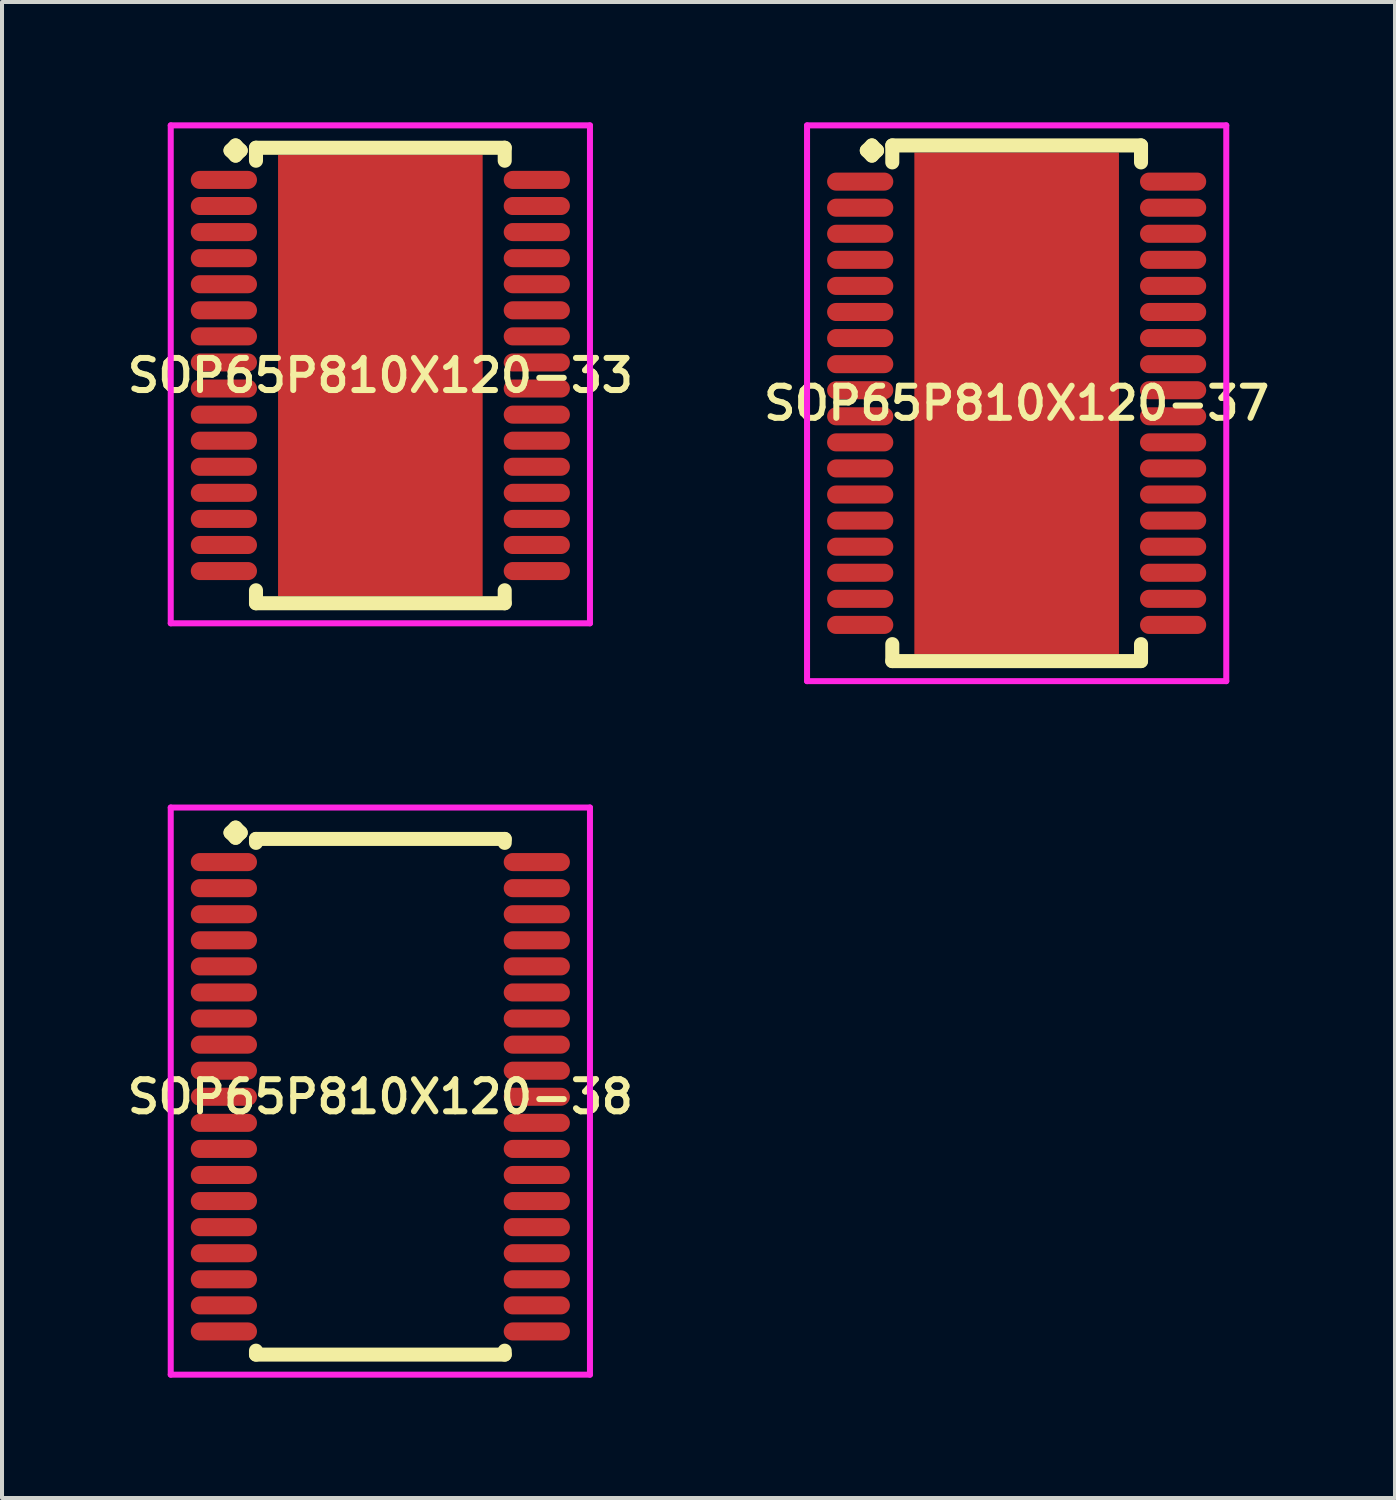
<source format=kicad_pcb>
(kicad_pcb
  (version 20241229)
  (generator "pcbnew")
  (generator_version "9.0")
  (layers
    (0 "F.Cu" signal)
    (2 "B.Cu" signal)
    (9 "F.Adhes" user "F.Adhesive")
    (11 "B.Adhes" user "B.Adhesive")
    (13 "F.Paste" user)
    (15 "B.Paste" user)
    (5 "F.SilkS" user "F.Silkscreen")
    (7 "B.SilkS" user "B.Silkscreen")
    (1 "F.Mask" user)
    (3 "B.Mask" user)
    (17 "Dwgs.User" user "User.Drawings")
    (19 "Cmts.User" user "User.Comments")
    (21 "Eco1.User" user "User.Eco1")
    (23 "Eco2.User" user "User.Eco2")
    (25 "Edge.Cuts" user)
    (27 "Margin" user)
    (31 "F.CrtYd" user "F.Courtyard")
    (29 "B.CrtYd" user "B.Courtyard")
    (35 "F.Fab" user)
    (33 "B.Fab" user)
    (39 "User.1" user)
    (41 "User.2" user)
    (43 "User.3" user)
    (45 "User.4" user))
  (footprint "SOP65P810X120-38"
    (layer "F.Cu")
    (at 6.431 24.289)
    (property "Reference" "SOP65P810X120-38" (at 0 0 0) (layer "F.SilkS") (effects (font (size 0.8 0.8) (thickness 0.15))))
    (attr smd)
    (fp_line (start -3.735 -6.583) (end -3.608 -6.71) (stroke (width 0.35) (type solid)) (layer "F.SilkS"))
    (fp_line (start -3.608 -6.71) (end -3.481 -6.583) (stroke (width 0.35) (type solid)) (layer "F.SilkS"))
    (fp_line (start -3.608 -6.456) (end -3.735 -6.583) (stroke (width 0.35) (type solid)) (layer "F.SilkS"))
    (fp_line (start -3.481 -6.583) (end -3.608 -6.456) (stroke (width 0.35) (type solid)) (layer "F.SilkS"))
    (fp_line (start -3.1 -6.427) (end 3.1 -6.427) (stroke (width 0.35) (type solid)) (layer "F.SilkS"))
    (fp_line (start -3.1 -6.329) (end -3.1 -6.427) (stroke (width 0.35) (type solid)) (layer "F.SilkS"))
    (fp_line (start -3.1 6.329) (end -3.1 6.427) (stroke (width 0.35) (type solid)) (layer "F.SilkS"))
    (fp_line (start -3.1 6.427) (end 3.1 6.427) (stroke (width 0.35) (type solid)) (layer "F.SilkS"))
    (fp_line (start 3.1 -6.427) (end 3.1 -6.329) (stroke (width 0.35) (type solid)) (layer "F.SilkS"))
    (fp_line (start 3.1 6.427) (end 3.1 6.329) (stroke (width 0.35) (type solid)) (layer "F.SilkS"))
    (fp_line (start -5.225 -7.21) (end 5.225 -7.21) (stroke (width 0.15) (type solid)) (layer "F.CrtYd"))
    (fp_line (start -5.225 6.927) (end -5.225 -7.21) (stroke (width 0.15) (type solid)) (layer "F.CrtYd"))
    (fp_line (start 5.225 -7.21) (end 5.225 6.927) (stroke (width 0.15) (type solid)) (layer "F.CrtYd"))
    (fp_line (start 5.225 6.927) (end -5.225 6.927) (stroke (width 0.15) (type solid)) (layer "F.CrtYd"))
    (pad "1" smd oval (at -3.9 -5.85) (size 1.65 0.45) (layers "F.Cu" "F.Mask" "F.Paste"))
    (pad "2" smd oval (at -3.9 -5.2) (size 1.65 0.45) (layers "F.Cu" "F.Mask" "F.Paste"))
    (pad "3" smd oval (at -3.9 -4.55) (size 1.65 0.45) (layers "F.Cu" "F.Mask" "F.Paste"))
    (pad "4" smd oval (at -3.9 -3.9) (size 1.65 0.45) (layers "F.Cu" "F.Mask" "F.Paste"))
    (pad "5" smd oval (at -3.9 -3.25) (size 1.65 0.45) (layers "F.Cu" "F.Mask" "F.Paste"))
    (pad "6" smd oval (at -3.9 -2.6) (size 1.65 0.45) (layers "F.Cu" "F.Mask" "F.Paste"))
    (pad "7" smd oval (at -3.9 -1.95) (size 1.65 0.45) (layers "F.Cu" "F.Mask" "F.Paste"))
    (pad "8" smd oval (at -3.9 -1.3) (size 1.65 0.45) (layers "F.Cu" "F.Mask" "F.Paste"))
    (pad "9" smd oval (at -3.9 -0.65) (size 1.65 0.45) (layers "F.Cu" "F.Mask" "F.Paste"))
    (pad "10" smd oval (at -3.9 0) (size 1.65 0.45) (layers "F.Cu" "F.Mask" "F.Paste"))
    (pad "11" smd oval (at -3.9 0.65) (size 1.65 0.45) (layers "F.Cu" "F.Mask" "F.Paste"))
    (pad "12" smd oval (at -3.9 1.3) (size 1.65 0.45) (layers "F.Cu" "F.Mask" "F.Paste"))
    (pad "13" smd oval (at -3.9 1.95) (size 1.65 0.45) (layers "F.Cu" "F.Mask" "F.Paste"))
    (pad "14" smd oval (at -3.9 2.6) (size 1.65 0.45) (layers "F.Cu" "F.Mask" "F.Paste"))
    (pad "15" smd oval (at -3.9 3.25) (size 1.65 0.45) (layers "F.Cu" "F.Mask" "F.Paste"))
    (pad "16" smd oval (at -3.9 3.9) (size 1.65 0.45) (layers "F.Cu" "F.Mask" "F.Paste"))
    (pad "17" smd oval (at -3.9 4.55) (size 1.65 0.45) (layers "F.Cu" "F.Mask" "F.Paste"))
    (pad "18" smd oval (at -3.9 5.2) (size 1.65 0.45) (layers "F.Cu" "F.Mask" "F.Paste"))
    (pad "19" smd oval (at -3.9 5.85) (size 1.65 0.45) (layers "F.Cu" "F.Mask" "F.Paste"))
    (pad "20" smd oval (at 3.9 5.85) (size 1.65 0.45) (layers "F.Cu" "F.Mask" "F.Paste"))
    (pad "21" smd oval (at 3.9 5.2) (size 1.65 0.45) (layers "F.Cu" "F.Mask" "F.Paste"))
    (pad "22" smd oval (at 3.9 4.55) (size 1.65 0.45) (layers "F.Cu" "F.Mask" "F.Paste"))
    (pad "23" smd oval (at 3.9 3.9) (size 1.65 0.45) (layers "F.Cu" "F.Mask" "F.Paste"))
    (pad "24" smd oval (at 3.9 3.25) (size 1.65 0.45) (layers "F.Cu" "F.Mask" "F.Paste"))
    (pad "25" smd oval (at 3.9 2.6) (size 1.65 0.45) (layers "F.Cu" "F.Mask" "F.Paste"))
    (pad "26" smd oval (at 3.9 1.95) (size 1.65 0.45) (layers "F.Cu" "F.Mask" "F.Paste"))
    (pad "27" smd oval (at 3.9 1.3) (size 1.65 0.45) (layers "F.Cu" "F.Mask" "F.Paste"))
    (pad "28" smd oval (at 3.9 0.65) (size 1.65 0.45) (layers "F.Cu" "F.Mask" "F.Paste"))
    (pad "29" smd oval (at 3.9 0) (size 1.65 0.45) (layers "F.Cu" "F.Mask" "F.Paste"))
    (pad "30" smd oval (at 3.9 -0.65) (size 1.65 0.45) (layers "F.Cu" "F.Mask" "F.Paste"))
    (pad "31" smd oval (at 3.9 -1.3) (size 1.65 0.45) (layers "F.Cu" "F.Mask" "F.Paste"))
    (pad "32" smd oval (at 3.9 -1.95) (size 1.65 0.45) (layers "F.Cu" "F.Mask" "F.Paste"))
    (pad "33" smd oval (at 3.9 -2.6) (size 1.65 0.45) (layers "F.Cu" "F.Mask" "F.Paste"))
    (pad "34" smd oval (at 3.9 -3.25) (size 1.65 0.45) (layers "F.Cu" "F.Mask" "F.Paste"))
    (pad "35" smd oval (at 3.9 -3.9) (size 1.65 0.45) (layers "F.Cu" "F.Mask" "F.Paste"))
    (pad "36" smd oval (at 3.9 -4.55) (size 1.65 0.45) (layers "F.Cu" "F.Mask" "F.Paste"))
    (pad "37" smd oval (at 3.9 -5.2) (size 1.65 0.45) (layers "F.Cu" "F.Mask" "F.Paste"))
    (pad "38" smd oval (at 3.9 -5.85) (size 1.65 0.45) (layers "F.Cu" "F.Mask" "F.Paste")))
  (footprint "SOP65P810X120-33"
    (layer "F.Cu")
    (at 6.431 6.31)
    (property "Reference" "SOP65P810X120-33" (at 0 0 0) (layer "F.SilkS") (effects (font (size 0.8 0.8) (thickness 0.15))))
    (attr smd)
    (fp_line (start -3.735 -5.608) (end -3.608 -5.735) (stroke (width 0.35) (type solid)) (layer "F.SilkS"))
    (fp_line (start -3.608 -5.735) (end -3.481 -5.608) (stroke (width 0.35) (type solid)) (layer "F.SilkS"))
    (fp_line (start -3.608 -5.481) (end -3.735 -5.608) (stroke (width 0.35) (type solid)) (layer "F.SilkS"))
    (fp_line (start -3.481 -5.608) (end -3.608 -5.481) (stroke (width 0.35) (type solid)) (layer "F.SilkS"))
    (fp_line (start -3.1 -5.677) (end 3.1 -5.677) (stroke (width 0.35) (type solid)) (layer "F.SilkS"))
    (fp_line (start -3.1 -5.354) (end -3.1 -5.677) (stroke (width 0.35) (type solid)) (layer "F.SilkS"))
    (fp_line (start -3.1 5.354) (end -3.1 5.677) (stroke (width 0.35) (type solid)) (layer "F.SilkS"))
    (fp_line (start -3.1 5.677) (end 3.1 5.677) (stroke (width 0.35) (type solid)) (layer "F.SilkS"))
    (fp_line (start 3.1 -5.677) (end 3.1 -5.354) (stroke (width 0.35) (type solid)) (layer "F.SilkS"))
    (fp_line (start 3.1 5.677) (end 3.1 5.354) (stroke (width 0.35) (type solid)) (layer "F.SilkS"))
    (fp_line (start -5.225 -6.235) (end 5.225 -6.235) (stroke (width 0.15) (type solid)) (layer "F.CrtYd"))
    (fp_line (start -5.225 6.177) (end -5.225 -6.235) (stroke (width 0.15) (type solid)) (layer "F.CrtYd"))
    (fp_line (start 5.225 -6.235) (end 5.225 6.177) (stroke (width 0.15) (type solid)) (layer "F.CrtYd"))
    (fp_line (start 5.225 6.177) (end -5.225 6.177) (stroke (width 0.15) (type solid)) (layer "F.CrtYd"))
    (pad "1" smd oval (at -3.9 -4.875) (size 1.65 0.45) (layers "F.Cu" "F.Mask" "F.Paste"))
    (pad "2" smd oval (at -3.9 -4.225) (size 1.65 0.45) (layers "F.Cu" "F.Mask" "F.Paste"))
    (pad "3" smd oval (at -3.9 -3.575) (size 1.65 0.45) (layers "F.Cu" "F.Mask" "F.Paste"))
    (pad "4" smd oval (at -3.9 -2.925) (size 1.65 0.45) (layers "F.Cu" "F.Mask" "F.Paste"))
    (pad "5" smd oval (at -3.9 -2.275) (size 1.65 0.45) (layers "F.Cu" "F.Mask" "F.Paste"))
    (pad "6" smd oval (at -3.9 -1.625) (size 1.65 0.45) (layers "F.Cu" "F.Mask" "F.Paste"))
    (pad "7" smd oval (at -3.9 -0.975) (size 1.65 0.45) (layers "F.Cu" "F.Mask" "F.Paste"))
    (pad "8" smd oval (at -3.9 -0.325) (size 1.65 0.45) (layers "F.Cu" "F.Mask" "F.Paste"))
    (pad "9" smd oval (at -3.9 0.325) (size 1.65 0.45) (layers "F.Cu" "F.Mask" "F.Paste"))
    (pad "10" smd oval (at -3.9 0.975) (size 1.65 0.45) (layers "F.Cu" "F.Mask" "F.Paste"))
    (pad "11" smd oval (at -3.9 1.625) (size 1.65 0.45) (layers "F.Cu" "F.Mask" "F.Paste"))
    (pad "12" smd oval (at -3.9 2.275) (size 1.65 0.45) (layers "F.Cu" "F.Mask" "F.Paste"))
    (pad "13" smd oval (at -3.9 2.925) (size 1.65 0.45) (layers "F.Cu" "F.Mask" "F.Paste"))
    (pad "14" smd oval (at -3.9 3.575) (size 1.65 0.45) (layers "F.Cu" "F.Mask" "F.Paste"))
    (pad "15" smd oval (at -3.9 4.225) (size 1.65 0.45) (layers "F.Cu" "F.Mask" "F.Paste"))
    (pad "16" smd oval (at -3.9 4.875) (size 1.65 0.45) (layers "F.Cu" "F.Mask" "F.Paste"))
    (pad "17" smd oval (at 3.9 4.875) (size 1.65 0.45) (layers "F.Cu" "F.Mask" "F.Paste"))
    (pad "18" smd oval (at 3.9 4.225) (size 1.65 0.45) (layers "F.Cu" "F.Mask" "F.Paste"))
    (pad "19" smd oval (at 3.9 3.575) (size 1.65 0.45) (layers "F.Cu" "F.Mask" "F.Paste"))
    (pad "20" smd oval (at 3.9 2.925) (size 1.65 0.45) (layers "F.Cu" "F.Mask" "F.Paste"))
    (pad "21" smd oval (at 3.9 2.275) (size 1.65 0.45) (layers "F.Cu" "F.Mask" "F.Paste"))
    (pad "22" smd oval (at 3.9 1.625) (size 1.65 0.45) (layers "F.Cu" "F.Mask" "F.Paste"))
    (pad "23" smd oval (at 3.9 0.975) (size 1.65 0.45) (layers "F.Cu" "F.Mask" "F.Paste"))
    (pad "24" smd oval (at 3.9 0.325) (size 1.65 0.45) (layers "F.Cu" "F.Mask" "F.Paste"))
    (pad "25" smd oval (at 3.9 -0.325) (size 1.65 0.45) (layers "F.Cu" "F.Mask" "F.Paste"))
    (pad "26" smd oval (at 3.9 -0.975) (size 1.65 0.45) (layers "F.Cu" "F.Mask" "F.Paste"))
    (pad "27" smd oval (at 3.9 -1.625) (size 1.65 0.45) (layers "F.Cu" "F.Mask" "F.Paste"))
    (pad "28" smd oval (at 3.9 -2.275) (size 1.65 0.45) (layers "F.Cu" "F.Mask" "F.Paste"))
    (pad "29" smd oval (at 3.9 -2.925) (size 1.65 0.45) (layers "F.Cu" "F.Mask" "F.Paste"))
    (pad "30" smd oval (at 3.9 -3.575) (size 1.65 0.45) (layers "F.Cu" "F.Mask" "F.Paste"))
    (pad "31" smd oval (at 3.9 -4.225) (size 1.65 0.45) (layers "F.Cu" "F.Mask" "F.Paste"))
    (pad "32" smd oval (at 3.9 -4.875) (size 1.65 0.45) (layers "F.Cu" "F.Mask" "F.Paste"))
    (pad "33" smd rect (at 0 0) (size 5.1 11) (layers "F.Cu" "F.Mask" "F.Paste")))
  (footprint "SOP65P810X120-37"
    (layer "F.Cu")
    (at 22.292 7.002)
    (property "Reference" "SOP65P810X120-37" (at 0 0 0) (layer "F.SilkS") (effects (font (size 0.8 0.8) (thickness 0.15))))
    (attr smd)
    (fp_line (start -3.735 -6.3) (end -3.608 -6.427) (stroke (width 0.35) (type solid)) (layer "F.SilkS"))
    (fp_line (start -3.608 -6.427) (end -3.481 -6.3) (stroke (width 0.35) (type solid)) (layer "F.SilkS"))
    (fp_line (start -3.608 -6.173) (end -3.735 -6.3) (stroke (width 0.35) (type solid)) (layer "F.SilkS"))
    (fp_line (start -3.481 -6.3) (end -3.608 -6.173) (stroke (width 0.35) (type solid)) (layer "F.SilkS"))
    (fp_line (start -3.1 -6.427) (end 3.1 -6.427) (stroke (width 0.35) (type solid)) (layer "F.SilkS"))
    (fp_line (start -3.1 -6.004) (end -3.1 -6.427) (stroke (width 0.35) (type solid)) (layer "F.SilkS"))
    (fp_line (start -3.1 6.004) (end -3.1 6.427) (stroke (width 0.35) (type solid)) (layer "F.SilkS"))
    (fp_line (start -3.1 6.427) (end 3.1 6.427) (stroke (width 0.35) (type solid)) (layer "F.SilkS"))
    (fp_line (start 3.1 -6.427) (end 3.1 -6.004) (stroke (width 0.35) (type solid)) (layer "F.SilkS"))
    (fp_line (start 3.1 6.427) (end 3.1 6.004) (stroke (width 0.35) (type solid)) (layer "F.SilkS"))
    (fp_line (start -5.225 -6.927) (end 5.225 -6.927) (stroke (width 0.15) (type solid)) (layer "F.CrtYd"))
    (fp_line (start -5.225 6.927) (end -5.225 -6.927) (stroke (width 0.15) (type solid)) (layer "F.CrtYd"))
    (fp_line (start 5.225 -6.927) (end 5.225 6.927) (stroke (width 0.15) (type solid)) (layer "F.CrtYd"))
    (fp_line (start 5.225 6.927) (end -5.225 6.927) (stroke (width 0.15) (type solid)) (layer "F.CrtYd"))
    (pad "1" smd oval (at -3.9 -5.525) (size 1.65 0.45) (layers "F.Cu" "F.Mask" "F.Paste"))
    (pad "2" smd oval (at -3.9 -4.875) (size 1.65 0.45) (layers "F.Cu" "F.Mask" "F.Paste"))
    (pad "3" smd oval (at -3.9 -4.225) (size 1.65 0.45) (layers "F.Cu" "F.Mask" "F.Paste"))
    (pad "4" smd oval (at -3.9 -3.575) (size 1.65 0.45) (layers "F.Cu" "F.Mask" "F.Paste"))
    (pad "5" smd oval (at -3.9 -2.925) (size 1.65 0.45) (layers "F.Cu" "F.Mask" "F.Paste"))
    (pad "6" smd oval (at -3.9 -2.275) (size 1.65 0.45) (layers "F.Cu" "F.Mask" "F.Paste"))
    (pad "7" smd oval (at -3.9 -1.625) (size 1.65 0.45) (layers "F.Cu" "F.Mask" "F.Paste"))
    (pad "8" smd oval (at -3.9 -0.975) (size 1.65 0.45) (layers "F.Cu" "F.Mask" "F.Paste"))
    (pad "9" smd oval (at -3.9 -0.325) (size 1.65 0.45) (layers "F.Cu" "F.Mask" "F.Paste"))
    (pad "10" smd oval (at -3.9 0.325) (size 1.65 0.45) (layers "F.Cu" "F.Mask" "F.Paste"))
    (pad "11" smd oval (at -3.9 0.975) (size 1.65 0.45) (layers "F.Cu" "F.Mask" "F.Paste"))
    (pad "12" smd oval (at -3.9 1.625) (size 1.65 0.45) (layers "F.Cu" "F.Mask" "F.Paste"))
    (pad "13" smd oval (at -3.9 2.275) (size 1.65 0.45) (layers "F.Cu" "F.Mask" "F.Paste"))
    (pad "14" smd oval (at -3.9 2.925) (size 1.65 0.45) (layers "F.Cu" "F.Mask" "F.Paste"))
    (pad "15" smd oval (at -3.9 3.575) (size 1.65 0.45) (layers "F.Cu" "F.Mask" "F.Paste"))
    (pad "16" smd oval (at -3.9 4.225) (size 1.65 0.45) (layers "F.Cu" "F.Mask" "F.Paste"))
    (pad "17" smd oval (at -3.9 4.875) (size 1.65 0.45) (layers "F.Cu" "F.Mask" "F.Paste"))
    (pad "18" smd oval (at -3.9 5.525) (size 1.65 0.45) (layers "F.Cu" "F.Mask" "F.Paste"))
    (pad "19" smd oval (at 3.9 5.525) (size 1.65 0.45) (layers "F.Cu" "F.Mask" "F.Paste"))
    (pad "20" smd oval (at 3.9 4.875) (size 1.65 0.45) (layers "F.Cu" "F.Mask" "F.Paste"))
    (pad "21" smd oval (at 3.9 4.225) (size 1.65 0.45) (layers "F.Cu" "F.Mask" "F.Paste"))
    (pad "22" smd oval (at 3.9 3.575) (size 1.65 0.45) (layers "F.Cu" "F.Mask" "F.Paste"))
    (pad "23" smd oval (at 3.9 2.925) (size 1.65 0.45) (layers "F.Cu" "F.Mask" "F.Paste"))
    (pad "24" smd oval (at 3.9 2.275) (size 1.65 0.45) (layers "F.Cu" "F.Mask" "F.Paste"))
    (pad "25" smd oval (at 3.9 1.625) (size 1.65 0.45) (layers "F.Cu" "F.Mask" "F.Paste"))
    (pad "26" smd oval (at 3.9 0.975) (size 1.65 0.45) (layers "F.Cu" "F.Mask" "F.Paste"))
    (pad "27" smd oval (at 3.9 0.325) (size 1.65 0.45) (layers "F.Cu" "F.Mask" "F.Paste"))
    (pad "28" smd oval (at 3.9 -0.325) (size 1.65 0.45) (layers "F.Cu" "F.Mask" "F.Paste"))
    (pad "29" smd oval (at 3.9 -0.975) (size 1.65 0.45) (layers "F.Cu" "F.Mask" "F.Paste"))
    (pad "30" smd oval (at 3.9 -1.625) (size 1.65 0.45) (layers "F.Cu" "F.Mask" "F.Paste"))
    (pad "31" smd oval (at 3.9 -2.275) (size 1.65 0.45) (layers "F.Cu" "F.Mask" "F.Paste"))
    (pad "32" smd oval (at 3.9 -2.925) (size 1.65 0.45) (layers "F.Cu" "F.Mask" "F.Paste"))
    (pad "33" smd oval (at 3.9 -3.575) (size 1.65 0.45) (layers "F.Cu" "F.Mask" "F.Paste"))
    (pad "34" smd oval (at 3.9 -4.225) (size 1.65 0.45) (layers "F.Cu" "F.Mask" "F.Paste"))
    (pad "35" smd oval (at 3.9 -4.875) (size 1.65 0.45) (layers "F.Cu" "F.Mask" "F.Paste"))
    (pad "36" smd oval (at 3.9 -5.525) (size 1.65 0.45) (layers "F.Cu" "F.Mask" "F.Paste"))
    (pad "37" smd rect (at 0 0) (size 5.1 12.5) (layers "F.Cu" "F.Mask" "F.Paste")))
  (gr_rect
    (start -3 -3)
    (end 31.723 34.291)
    (stroke (width 0.1) (type default))
    (fill no)
    (layer "Edge.Cuts")))
</source>
